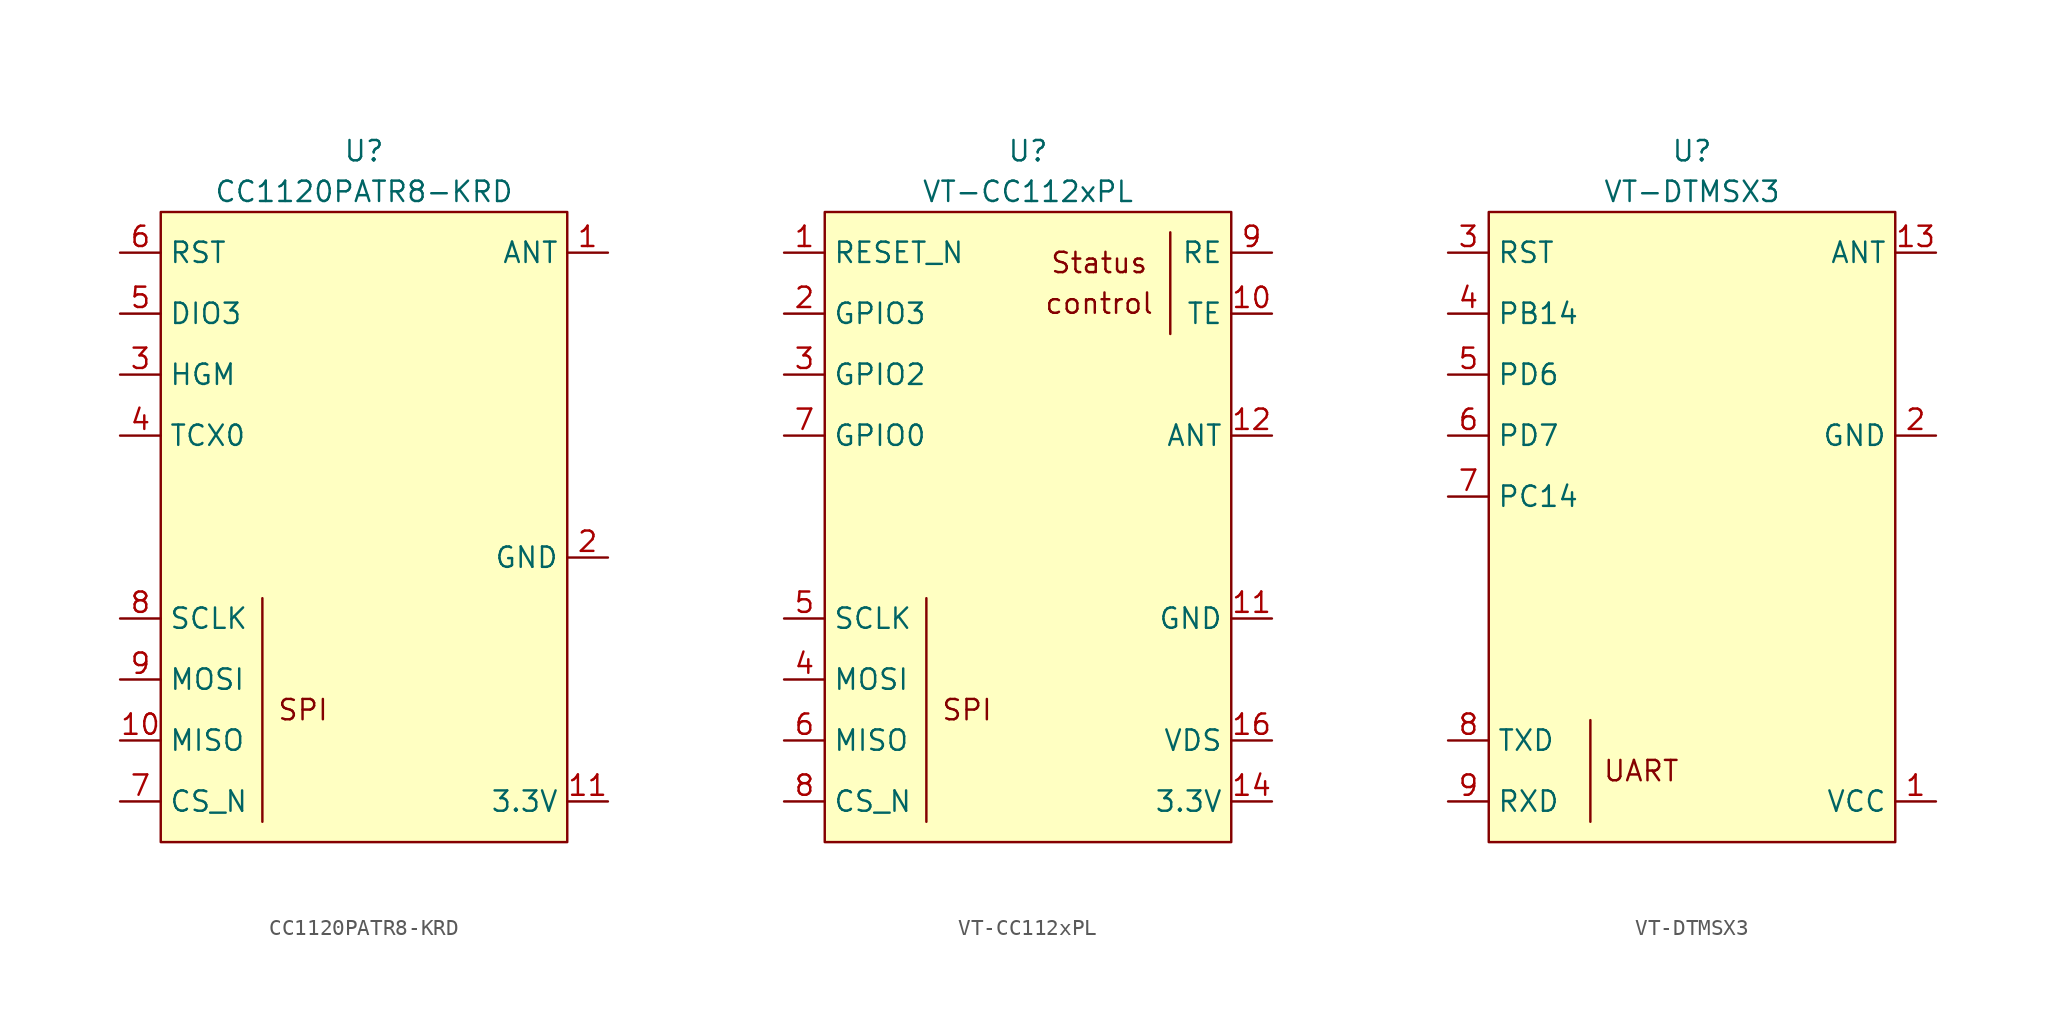
<source format=kicad_sym>
(kicad_symbol_lib
  (version 20211014)
  (generator kicad_symbol_editor)
  (symbol "CC1120PATR8-KRD"
    (property "Reference" "U"
      (at 0 22.86 0)
      (effects (font (size 1.27 1.27))))
    (property "Value" "CC1120PATR8-KRD"
      (at 0 20.32 0)
      (effects (font (size 1.27 1.27))))
    (symbol "CC1120PATR8-KRD_0_0"
      (rectangle (start -12.7 19.05) (end 12.7 -20.32) (stroke (width 0) (type default) (color 0 0 0 0)) (fill (type background)))
      (text "SPI" (at -3.81 -12.065 0) (effects (font (size 1.27 1.27)))))
    (symbol "CC1120PATR8-KRD_0_1"
      (polyline (pts (xy -6.35 -5.08) (xy -6.35 -19.05)) (stroke (width 0) (type default) (color 0 0 0 0)) (fill (type none))))
    (symbol "CC1120PATR8-KRD_1_1"
      (pin passive line (at 15.24 16.51 180) (length 2.54) (name "ANT" (effects (font (size 1.27 1.27)))) (number "1" (effects (font (size 1.27 1.27)))))
      (pin output line (at -15.24 -13.97 0) (length 2.54) (name "MISO" (effects (font (size 1.27 1.27)))) (number "10" (effects (font (size 1.27 1.27)))))
      (pin passive line (at 15.24 -17.78 180) (length 2.54) (name "3.3V" (effects (font (size 1.27 1.27)))) (number "11" (effects (font (size 1.27 1.27)))))
      (pin passive line (at 15.24 -2.54 180) (length 2.54) hide (name "GND" (effects (font (size 1.27 1.27)))) (number "12" (effects (font (size 1.27 1.27)))))
      (pin passive line (at 15.24 -2.54 180) (length 2.54) hide (name "GND" (effects (font (size 1.27 1.27)))) (number "13" (effects (font (size 1.27 1.27)))))
      (pin passive line (at 15.24 -2.54 180) (length 2.54) hide (name "GND" (effects (font (size 1.27 1.27)))) (number "14" (effects (font (size 1.27 1.27)))))
      (pin passive line (at 15.24 -2.54 180) (length 2.54) (name "GND" (effects (font (size 1.27 1.27)))) (number "2" (effects (font (size 1.27 1.27)))))
      (pin input line (at -15.24 8.89 0) (length 2.54) (name "HGM" (effects (font (size 1.27 1.27)))) (number "3" (effects (font (size 1.27 1.27)))))
      (pin input line (at -15.24 5.08 0) (length 2.54) (name "TCX0" (effects (font (size 1.27 1.27)))) (number "4" (effects (font (size 1.27 1.27)))))
      (pin bidirectional line (at -15.24 12.7 0) (length 2.54) (name "DIO3" (effects (font (size 1.27 1.27)))) (number "5" (effects (font (size 1.27 1.27)))))
      (pin input line (at -15.24 16.51 0) (length 2.54) (name "RST" (effects (font (size 1.27 1.27)))) (number "6" (effects (font (size 1.27 1.27)))))
      (pin bidirectional line (at -15.24 -17.78 0) (length 2.54) (name "CS_N" (effects (font (size 1.27 1.27)))) (number "7" (effects (font (size 1.27 1.27)))))
      (pin input line (at -15.24 -6.35 0) (length 2.54) (name "SCLK" (effects (font (size 1.27 1.27)))) (number "8" (effects (font (size 1.27 1.27)))))
      (pin input line (at -15.24 -10.16 0) (length 2.54) (name "MOSI" (effects (font (size 1.27 1.27)))) (number "9" (effects (font (size 1.27 1.27)))))))
  (symbol "VT-CC112xPL"
    (property "Reference" "U"
      (at 0 22.86 0)
      (effects (font (size 1.27 1.27))))
    (property "Value" "VT-CC112xPL"
      (at 0 20.32 0)
      (effects (font (size 1.27 1.27))))
    (symbol "VT-CC112xPL_0_0"
      (rectangle (start -12.7 19.05) (end 12.7 -20.32) (stroke (width 0) (type default) (color 0 0 0 0)) (fill (type background)))
      (polyline (pts (xy 8.89 17.78) (xy 8.89 11.43)) (stroke (width 0) (type default) (color 0 0 0 0)) (fill (type none)))
      (text "control" (at 4.445 13.335 0) (effects (font (size 1.27 1.27))))
      (text "SPI" (at -3.81 -12.065 0) (effects (font (size 1.27 1.27))))
      (text "Status" (at 4.445 15.875 0) (effects (font (size 1.27 1.27)))))
    (symbol "VT-CC112xPL_0_1"
      (polyline (pts (xy -6.35 -5.08) (xy -6.35 -19.05)) (stroke (width 0) (type default) (color 0 0 0 0)) (fill (type none))))
    (symbol "VT-CC112xPL_1_1"
      (pin input line (at -15.24 16.51 0) (length 2.54) (name "RESET_N" (effects (font (size 1.27 1.27)))) (number "1" (effects (font (size 1.27 1.27)))))
      (pin input line (at 15.24 12.7 180) (length 2.54) (name "TE" (effects (font (size 1.27 1.27)))) (number "10" (effects (font (size 1.27 1.27)))))
      (pin passive line (at 15.24 -6.35 180) (length 2.54) (name "GND" (effects (font (size 1.27 1.27)))) (number "11" (effects (font (size 1.27 1.27)))))
      (pin input line (at 15.24 5.08 180) (length 2.54) (name "ANT" (effects (font (size 1.27 1.27)))) (number "12" (effects (font (size 1.27 1.27)))))
      (pin passive line (at 15.24 -6.35 180) (length 2.54) hide (name "GND" (effects (font (size 1.27 1.27)))) (number "13" (effects (font (size 1.27 1.27)))))
      (pin input line (at 15.24 -17.78 180) (length 2.54) (name "3.3V" (effects (font (size 1.27 1.27)))) (number "14" (effects (font (size 1.27 1.27)))))
      (pin passive line (at 15.24 -6.35 180) (length 2.54) hide (name "GND" (effects (font (size 1.27 1.27)))) (number "15" (effects (font (size 1.27 1.27)))))
      (pin input line (at 15.24 -13.97 180) (length 2.54) (name "VDS" (effects (font (size 1.27 1.27)))) (number "16" (effects (font (size 1.27 1.27)))))
      (pin bidirectional line (at -15.24 12.7 0) (length 2.54) (name "GPIO3" (effects (font (size 1.27 1.27)))) (number "2" (effects (font (size 1.27 1.27)))))
      (pin bidirectional line (at -15.24 8.89 0) (length 2.54) (name "GPIO2" (effects (font (size 1.27 1.27)))) (number "3" (effects (font (size 1.27 1.27)))))
      (pin input line (at -15.24 -10.16 0) (length 2.54) (name "MOSI" (effects (font (size 1.27 1.27)))) (number "4" (effects (font (size 1.27 1.27)))))
      (pin input line (at -15.24 -6.35 0) (length 2.54) (name "SCLK" (effects (font (size 1.27 1.27)))) (number "5" (effects (font (size 1.27 1.27)))))
      (pin output line (at -15.24 -13.97 0) (length 2.54) (name "MISO" (effects (font (size 1.27 1.27)))) (number "6" (effects (font (size 1.27 1.27)))))
      (pin bidirectional line (at -15.24 5.08 0) (length 2.54) (name "GPIO0" (effects (font (size 1.27 1.27)))) (number "7" (effects (font (size 1.27 1.27)))))
      (pin bidirectional line (at -15.24 -17.78 0) (length 2.54) (name "CS_N" (effects (font (size 1.27 1.27)))) (number "8" (effects (font (size 1.27 1.27)))))
      (pin input line (at 15.24 16.51 180) (length 2.54) (name "RE" (effects (font (size 1.27 1.27)))) (number "9" (effects (font (size 1.27 1.27)))))))
  (symbol "VT-DTMSX3"
    (property "Reference" "U"
      (at 0 22.86 0)
      (effects (font (size 1.27 1.27))))
    (property "Value" "VT-DTMSX3"
      (at 0 20.32 0)
      (effects (font (size 1.27 1.27))))
    (symbol "VT-DTMSX3_0_0"
      (rectangle (start -12.7 19.05) (end 12.7 -20.32) (stroke (width 0) (type default) (color 0 0 0 0)) (fill (type background)))
      (text "UART" (at -3.175 -15.875 0) (effects (font (size 1.27 1.27)))))
    (symbol "VT-DTMSX3_0_1"
      (polyline (pts (xy -6.35 -12.7) (xy -6.35 -19.05)) (stroke (width 0) (type default) (color 0 0 0 0)) (fill (type none))))
    (symbol "VT-DTMSX3_1_1"
      (pin passive line (at 15.24 -17.78 180) (length 2.54) (name "VCC" (effects (font (size 1.27 1.27)))) (number "1" (effects (font (size 1.27 1.27)))))
      (pin passive line (at 15.24 5.08 180) (length 2.54) hide (name "GND" (effects (font (size 1.27 1.27)))) (number "10" (effects (font (size 1.27 1.27)))))
      (pin passive line (at 15.24 5.08 180) (length 2.54) hide (name "GND" (effects (font (size 1.27 1.27)))) (number "11" (effects (font (size 1.27 1.27)))))
      (pin passive line (at 15.24 5.08 180) (length 2.54) hide (name "GND" (effects (font (size 1.27 1.27)))) (number "12" (effects (font (size 1.27 1.27)))))
      (pin passive line (at 15.24 16.51 180) (length 2.54) (name "ANT" (effects (font (size 1.27 1.27)))) (number "13" (effects (font (size 1.27 1.27)))))
      (pin passive line (at 15.24 5.08 180) (length 2.54) hide (name "GND" (effects (font (size 1.27 1.27)))) (number "14" (effects (font (size 1.27 1.27)))))
      (pin passive line (at 15.24 5.08 180) (length 2.54) hide (name "GND" (effects (font (size 1.27 1.27)))) (number "15" (effects (font (size 1.27 1.27)))))
      (pin passive line (at 15.24 5.08 180) (length 2.54) hide (name "GND" (effects (font (size 1.27 1.27)))) (number "16" (effects (font (size 1.27 1.27)))))
      (pin passive line (at 15.24 5.08 180) (length 2.54) (name "GND" (effects (font (size 1.27 1.27)))) (number "2" (effects (font (size 1.27 1.27)))))
      (pin input line (at -15.24 16.51 0) (length 2.54) (name "RST" (effects (font (size 1.27 1.27)))) (number "3" (effects (font (size 1.27 1.27)))))
      (pin bidirectional line (at -15.24 12.7 0) (length 2.54) (name "PB14" (effects (font (size 1.27 1.27)))) (number "4" (effects (font (size 1.27 1.27)))))
      (pin input line (at -15.24 8.89 0) (length 2.54) (name "PD6" (effects (font (size 1.27 1.27)))) (number "5" (effects (font (size 1.27 1.27)))))
      (pin input line (at -15.24 5.08 0) (length 2.54) (name "PD7" (effects (font (size 1.27 1.27)))) (number "6" (effects (font (size 1.27 1.27)))))
      (pin input line (at -15.24 1.27 0) (length 2.54) (name "PC14" (effects (font (size 1.27 1.27)))) (number "7" (effects (font (size 1.27 1.27)))))
      (pin input line (at -15.24 -13.97 0) (length 2.54) (name "TXD" (effects (font (size 1.27 1.27)))) (number "8" (effects (font (size 1.27 1.27)))))
      (pin input line (at -15.24 -17.78 0) (length 2.54) (name "RXD" (effects (font (size 1.27 1.27)))) (number "9" (effects (font (size 1.27 1.27))))))))
</source>
